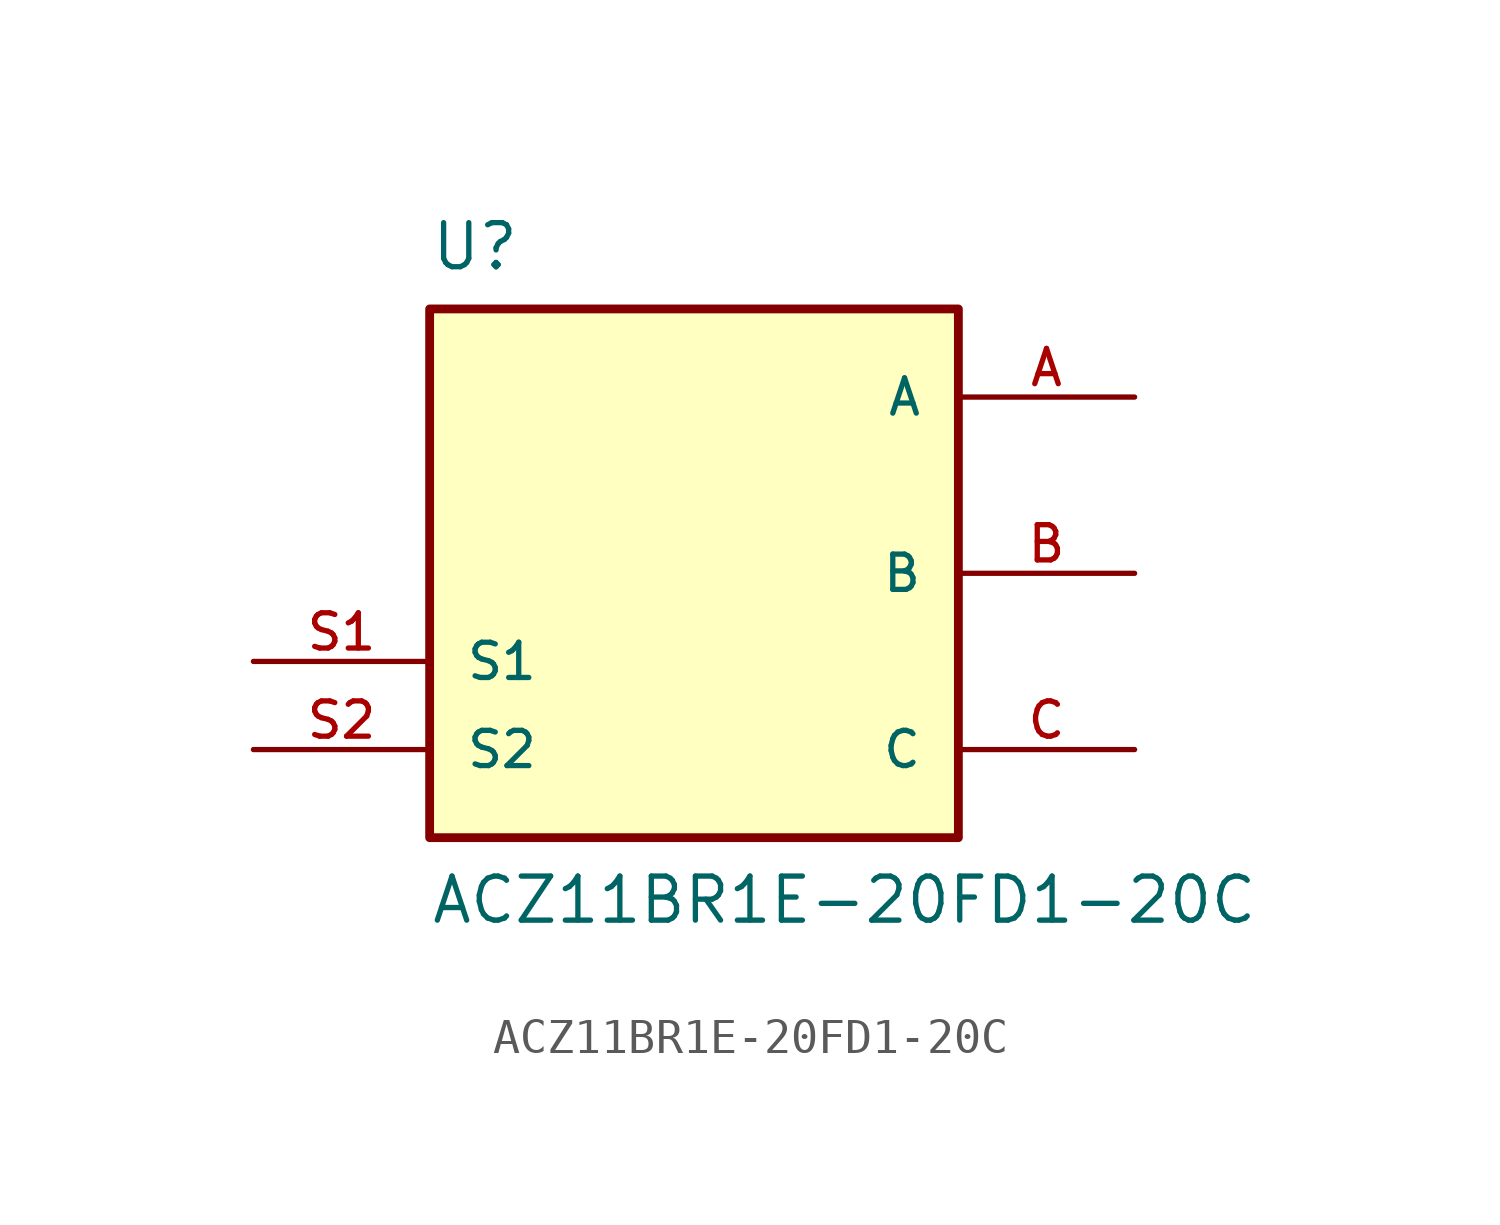
<source format=kicad_sym>
(kicad_symbol_lib
  (version 20211014)
  (generator kicad_symbol_editor)
  (symbol "ACZ11BR1E-20FD1-20C"
    (pin_names
      (offset 1.016))
    (property "Reference" "U"
      (at -7.62 10.16 0)
      (effects (font (size 1.27 1.27)) (justify top left)))
    (property "Value" "ACZ11BR1E-20FD1-20C"
      (at -7.62 -10.16 0)
      (effects (font (size 1.27 1.27)) (justify bottom left)))
    (symbol "ACZ11BR1E-20FD1-20C_0_0"
      (rectangle (start -7.62 -7.62) (end 7.62 7.62) (stroke (width 0.254)) (fill (type background)))
      (pin output line (at 12.7 5.08 180.0) (length 5.08) (name "A" (effects (font (size 1.016 1.016)))) (number "A" (effects (font (size 1.016 1.016)))))
      (pin output line (at 12.7 0.0 180.0) (length 5.08) (name "B" (effects (font (size 1.016 1.016)))) (number "B" (effects (font (size 1.016 1.016)))))
      (pin passive line (at 12.7 -5.08 180.0) (length 5.08) (name "C" (effects (font (size 1.016 1.016)))) (number "C" (effects (font (size 1.016 1.016)))))
      (pin passive line (at -12.7 -2.54 0) (length 5.08) (name "S1" (effects (font (size 1.016 1.016)))) (number "S1" (effects (font (size 1.016 1.016)))))
      (pin passive line (at -12.7 -5.08 0) (length 5.08) (name "S2" (effects (font (size 1.016 1.016)))) (number "S2" (effects (font (size 1.016 1.016))))))))
</source>
